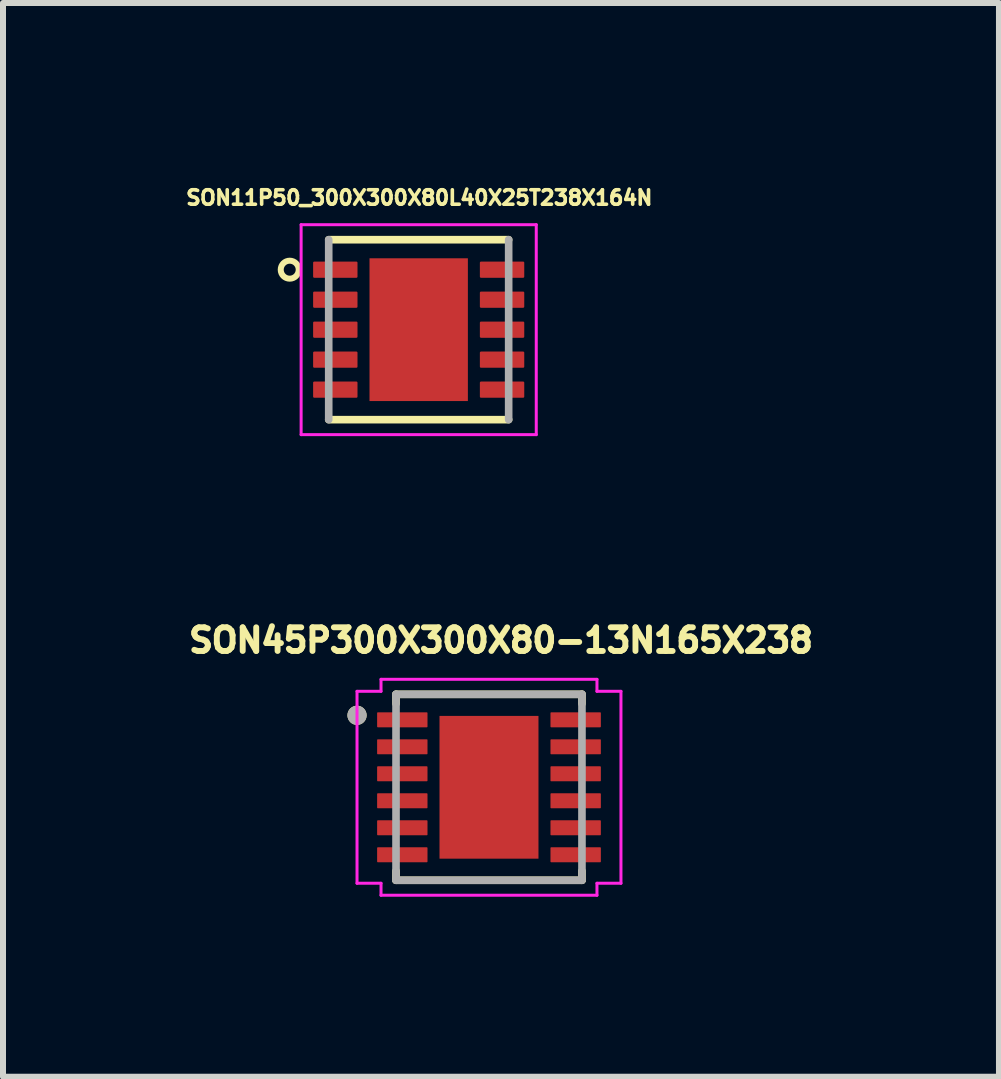
<source format=kicad_pcb>
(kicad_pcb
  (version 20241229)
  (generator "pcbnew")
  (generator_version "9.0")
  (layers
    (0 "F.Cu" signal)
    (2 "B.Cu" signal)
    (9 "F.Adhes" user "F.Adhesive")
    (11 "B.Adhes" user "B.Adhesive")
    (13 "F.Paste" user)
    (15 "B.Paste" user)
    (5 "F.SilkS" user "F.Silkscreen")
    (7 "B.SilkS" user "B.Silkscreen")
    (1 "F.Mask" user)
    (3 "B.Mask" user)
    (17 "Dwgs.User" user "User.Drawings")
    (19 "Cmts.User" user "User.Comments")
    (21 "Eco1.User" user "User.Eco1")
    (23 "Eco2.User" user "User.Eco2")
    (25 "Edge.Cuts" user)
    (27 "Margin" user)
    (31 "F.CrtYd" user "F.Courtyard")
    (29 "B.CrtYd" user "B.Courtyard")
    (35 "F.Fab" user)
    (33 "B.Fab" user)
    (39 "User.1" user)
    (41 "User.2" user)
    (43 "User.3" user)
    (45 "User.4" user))
  (footprint "SON11P50_300X300X80L40X25T238X164N"
    (layer "F.Cu")
    (at 3.93 2.446)
    (property "Reference" "SON11P50_300X300X80L40X25T238X164N" (at 0.01 -2.2 0) (layer "F.SilkS") (effects (font (size 0.241 0.241) (thickness 0.06))))
    (attr through_hole)
    (fp_line (start -1.5 -1.5) (end 1.5 -1.5) (stroke (width 0.127) (type solid)) (layer "F.SilkS"))
    (fp_line (start 1.5 1.5) (end -1.5 1.5) (stroke (width 0.127) (type solid)) (layer "F.SilkS"))
    (fp_circle (center -2.15 -1) (end -2 -1) (stroke (width 0.1) (type solid)) (fill no) (layer "F.SilkS"))
    (fp_poly (pts (xy -0.637 0.095) (xy -0.095 0.095) (xy -0.095 1.008) (xy -0.637 1.008)) (stroke (width 0.01) (type solid)) (fill yes) (layer "F.Paste"))
    (fp_poly (pts (xy -0.636 -1.005) (xy -0.095 -1.005) (xy -0.095 -0.095) (xy -0.636 -0.095)) (stroke (width 0.01) (type solid)) (fill yes) (layer "F.Paste"))
    (fp_poly (pts (xy 0.095 -1.005) (xy 0.635 -1.005) (xy 0.635 -0.095) (xy 0.095 -0.095)) (stroke (width 0.01) (type solid)) (fill yes) (layer "F.Paste"))
    (fp_poly (pts (xy 0.095 0.095) (xy 0.635 0.095) (xy 0.635 1.009) (xy 0.095 1.009)) (stroke (width 0.01) (type solid)) (fill yes) (layer "F.Paste"))
    (fp_line (start -1.96 -1.75) (end 1.96 -1.75) (stroke (width 0.05) (type solid)) (layer "F.CrtYd"))
    (fp_line (start -1.96 1.75) (end -1.96 -1.75) (stroke (width 0.05) (type solid)) (layer "F.CrtYd"))
    (fp_line (start 1.96 -1.75) (end 1.96 1.75) (stroke (width 0.05) (type solid)) (layer "F.CrtYd"))
    (fp_line (start 1.96 1.75) (end -1.96 1.75) (stroke (width 0.05) (type solid)) (layer "F.CrtYd"))
    (fp_line (start -1.5 1.5) (end -1.5 -1.5) (stroke (width 0.127) (type solid)) (layer "F.Fab"))
    (fp_line (start 1.5 -1.5) (end 1.5 1.5) (stroke (width 0.127) (type solid)) (layer "F.Fab"))
    (pad "1" smd roundrect (at -1.39 -1) (size 0.74 0.27) (layers "F.Cu" "F.Mask" "F.Paste") (roundrect_rratio 0.07))
    (pad "2" smd roundrect (at -1.39 -0.5) (size 0.74 0.27) (layers "F.Cu" "F.Mask" "F.Paste") (roundrect_rratio 0.07))
    (pad "3" smd roundrect (at -1.39 0) (size 0.74 0.27) (layers "F.Cu" "F.Mask" "F.Paste") (roundrect_rratio 0.07))
    (pad "4" smd roundrect (at -1.39 0.5) (size 0.74 0.27) (layers "F.Cu" "F.Mask" "F.Paste") (roundrect_rratio 0.07))
    (pad "5" smd roundrect (at -1.39 1 180) (size 0.74 0.27) (layers "F.Cu" "F.Mask" "F.Paste") (roundrect_rratio 0.07))
    (pad "6" smd roundrect (at 1.39 1 180) (size 0.74 0.27) (layers "F.Cu" "F.Mask" "F.Paste") (roundrect_rratio 0.07))
    (pad "7" smd roundrect (at 1.39 0.5 180) (size 0.74 0.27) (layers "F.Cu" "F.Mask" "F.Paste") (roundrect_rratio 0.07))
    (pad "8" smd roundrect (at 1.39 0 180) (size 0.74 0.27) (layers "F.Cu" "F.Mask" "F.Paste") (roundrect_rratio 0.07))
    (pad "9" smd roundrect (at 1.39 -0.5) (size 0.74 0.27) (layers "F.Cu" "F.Mask" "F.Paste") (roundrect_rratio 0.07))
    (pad "10" smd roundrect (at 1.39 -1) (size 0.74 0.27) (layers "F.Cu" "F.Mask" "F.Paste") (roundrect_rratio 0.07))
    (pad "11" smd rect (at 0 0 180) (size 1.64 2.38) (layers "F.Cu" "F.Mask")))
  (footprint "SON45P300X300X80-13N165X238"
    (layer "F.Cu")
    (at 5.102 10.075)
    (property "Reference" "SON45P300X300X80-13N165X238" (at 0.2 -2.45 0) (layer "F.SilkS") (effects (font (size 0.394 0.394) (thickness 0.099))))
    (attr through_hole)
    (fp_line (start -1.55 -1.55) (end -1.55 -1.395) (stroke (width 0.127) (type solid)) (layer "F.SilkS"))
    (fp_line (start -1.55 1.395) (end -1.55 1.55) (stroke (width 0.127) (type solid)) (layer "F.SilkS"))
    (fp_line (start -1.55 1.55) (end 1.55 1.55) (stroke (width 0.127) (type solid)) (layer "F.SilkS"))
    (fp_line (start 1.55 -1.55) (end -1.55 -1.55) (stroke (width 0.127) (type solid)) (layer "F.SilkS"))
    (fp_line (start 1.55 -1.395) (end 1.55 -1.55) (stroke (width 0.127) (type solid)) (layer "F.SilkS"))
    (fp_line (start 1.55 1.55) (end 1.55 1.395) (stroke (width 0.127) (type solid)) (layer "F.SilkS"))
    (fp_circle (center -2.2 -1.2) (end -2.12 -1.2) (stroke (width 0.16) (type solid)) (fill no) (layer "F.SilkS"))
    (fp_poly (pts (xy -0.522 -0.752) (xy 0.521 -0.752) (xy 0.521 0.753) (xy -0.522 0.753)) (stroke (width 0.01) (type solid)) (fill yes) (layer "F.Paste"))
    (fp_line (start -2.2 -1.6) (end -2.2 1.6) (stroke (width 0.05) (type solid)) (layer "F.CrtYd"))
    (fp_line (start -2.2 1.6) (end -1.8 1.6) (stroke (width 0.05) (type solid)) (layer "F.CrtYd"))
    (fp_line (start -1.8 -1.8) (end -1.8 -1.6) (stroke (width 0.05) (type solid)) (layer "F.CrtYd"))
    (fp_line (start -1.8 -1.6) (end -2.2 -1.6) (stroke (width 0.05) (type solid)) (layer "F.CrtYd"))
    (fp_line (start -1.8 1.6) (end -1.8 1.8) (stroke (width 0.05) (type solid)) (layer "F.CrtYd"))
    (fp_line (start -1.8 1.8) (end 1.8 1.8) (stroke (width 0.05) (type solid)) (layer "F.CrtYd"))
    (fp_line (start 1.8 -1.8) (end -1.8 -1.8) (stroke (width 0.05) (type solid)) (layer "F.CrtYd"))
    (fp_line (start 1.8 -1.6) (end 1.8 -1.8) (stroke (width 0.05) (type solid)) (layer "F.CrtYd"))
    (fp_line (start 1.8 1.6) (end 2.2 1.6) (stroke (width 0.05) (type solid)) (layer "F.CrtYd"))
    (fp_line (start 1.8 1.8) (end 1.8 1.6) (stroke (width 0.05) (type solid)) (layer "F.CrtYd"))
    (fp_line (start 2.2 -1.6) (end 1.8 -1.6) (stroke (width 0.05) (type solid)) (layer "F.CrtYd"))
    (fp_line (start 2.2 1.6) (end 2.2 -1.6) (stroke (width 0.05) (type solid)) (layer "F.CrtYd"))
    (fp_line (start -1.55 -1.55) (end -1.55 1.55) (stroke (width 0.127) (type solid)) (layer "F.Fab"))
    (fp_line (start -1.55 1.55) (end 1.55 1.55) (stroke (width 0.127) (type solid)) (layer "F.Fab"))
    (fp_line (start 1.55 -1.55) (end -1.55 -1.55) (stroke (width 0.127) (type solid)) (layer "F.Fab"))
    (fp_line (start 1.55 1.55) (end 1.55 -1.55) (stroke (width 0.127) (type solid)) (layer "F.Fab"))
    (fp_circle (center -2.2 -1.2) (end -2.12 -1.2) (stroke (width 0.16) (type solid)) (fill no) (layer "F.Fab"))
    (pad "1" smd roundrect (at -1.445 -1.125 270) (size 0.25 0.84) (layers "F.Cu" "F.Mask" "F.Paste") (roundrect_rratio 0.05))
    (pad "2" smd roundrect (at -1.445 -0.675 270) (size 0.25 0.84) (layers "F.Cu" "F.Mask" "F.Paste") (roundrect_rratio 0.05))
    (pad "3" smd roundrect (at -1.445 -0.225 270) (size 0.25 0.84) (layers "F.Cu" "F.Mask" "F.Paste") (roundrect_rratio 0.05))
    (pad "4" smd roundrect (at -1.445 0.225 270) (size 0.25 0.84) (layers "F.Cu" "F.Mask" "F.Paste") (roundrect_rratio 0.05))
    (pad "5" smd roundrect (at -1.445 0.675 270) (size 0.25 0.84) (layers "F.Cu" "F.Mask" "F.Paste") (roundrect_rratio 0.05))
    (pad "6" smd roundrect (at -1.445 1.125 270) (size 0.25 0.84) (layers "F.Cu" "F.Mask" "F.Paste") (roundrect_rratio 0.05))
    (pad "7" smd roundrect (at 1.445 1.125 270) (size 0.25 0.84) (layers "F.Cu" "F.Mask" "F.Paste") (roundrect_rratio 0.05))
    (pad "8" smd roundrect (at 1.445 0.675 270) (size 0.25 0.84) (layers "F.Cu" "F.Mask" "F.Paste") (roundrect_rratio 0.05))
    (pad "9" smd roundrect (at 1.445 0.225 270) (size 0.25 0.84) (layers "F.Cu" "F.Mask" "F.Paste") (roundrect_rratio 0.05))
    (pad "10" smd roundrect (at 1.445 -0.225 270) (size 0.25 0.84) (layers "F.Cu" "F.Mask" "F.Paste") (roundrect_rratio 0.05))
    (pad "11" smd roundrect (at 1.445 -0.675 270) (size 0.25 0.84) (layers "F.Cu" "F.Mask" "F.Paste") (roundrect_rratio 0.05))
    (pad "12" smd roundrect (at 1.445 -1.125 270) (size 0.25 0.84) (layers "F.Cu" "F.Mask" "F.Paste") (roundrect_rratio 0.05))
    (pad "13" smd rect (at 0 0 270) (size 2.38 1.65) (layers "F.Cu" "F.Mask")))
  (gr_rect
    (start -3 -3)
    (end 13.604 14.9)
    (stroke (width 0.1) (type default))
    (fill no)
    (layer "Edge.Cuts")))
</source>
